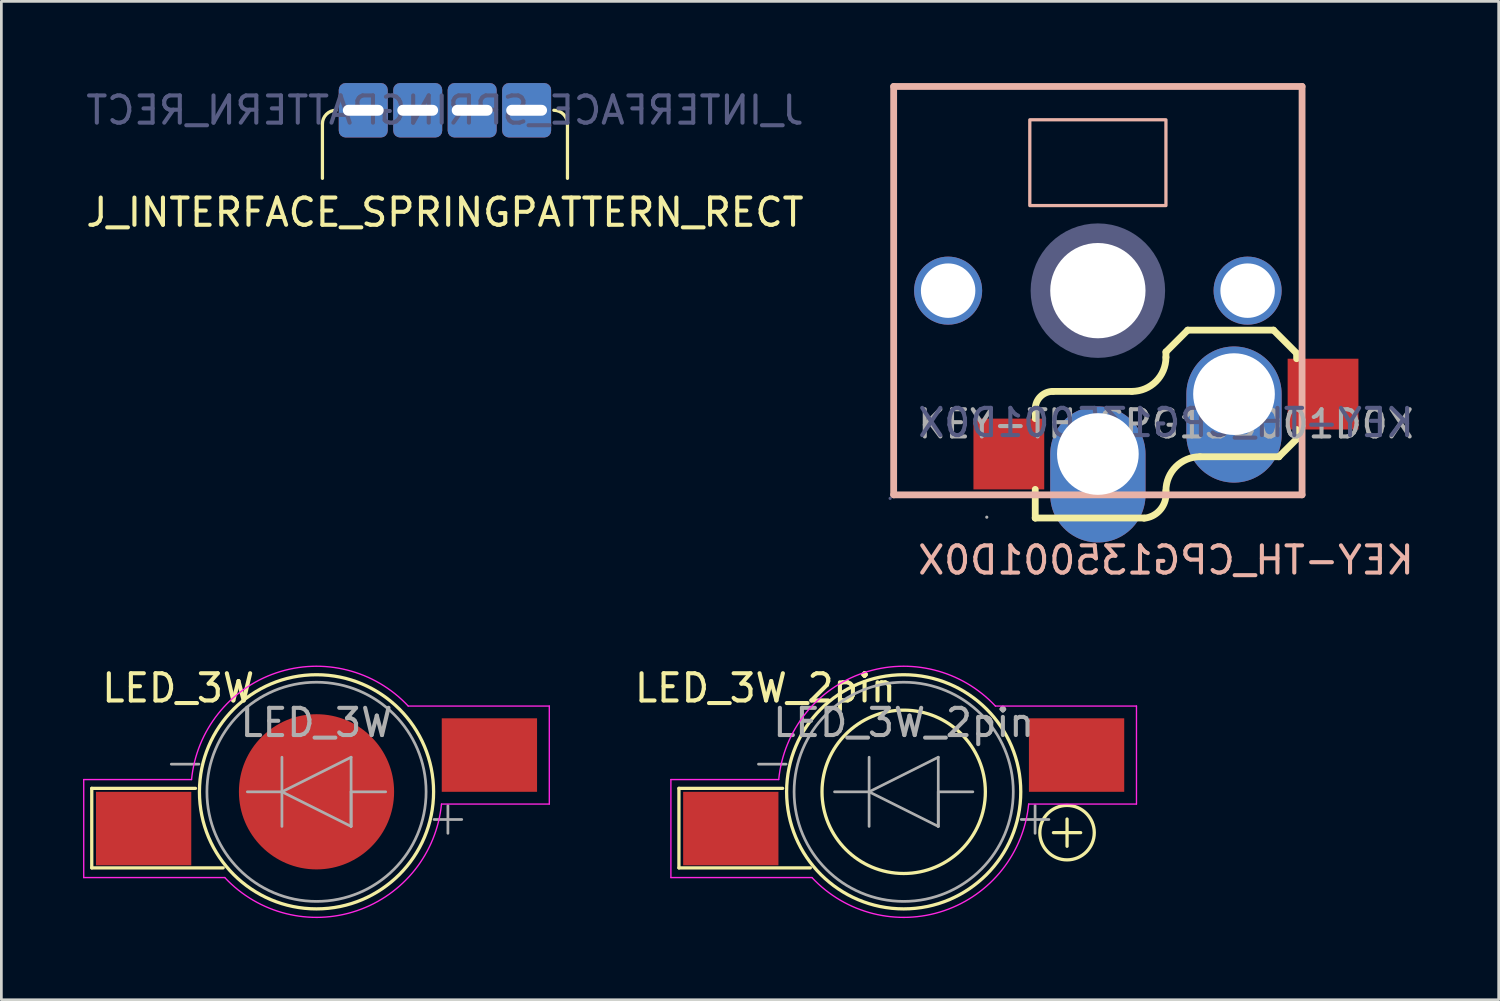
<source format=kicad_pcb>
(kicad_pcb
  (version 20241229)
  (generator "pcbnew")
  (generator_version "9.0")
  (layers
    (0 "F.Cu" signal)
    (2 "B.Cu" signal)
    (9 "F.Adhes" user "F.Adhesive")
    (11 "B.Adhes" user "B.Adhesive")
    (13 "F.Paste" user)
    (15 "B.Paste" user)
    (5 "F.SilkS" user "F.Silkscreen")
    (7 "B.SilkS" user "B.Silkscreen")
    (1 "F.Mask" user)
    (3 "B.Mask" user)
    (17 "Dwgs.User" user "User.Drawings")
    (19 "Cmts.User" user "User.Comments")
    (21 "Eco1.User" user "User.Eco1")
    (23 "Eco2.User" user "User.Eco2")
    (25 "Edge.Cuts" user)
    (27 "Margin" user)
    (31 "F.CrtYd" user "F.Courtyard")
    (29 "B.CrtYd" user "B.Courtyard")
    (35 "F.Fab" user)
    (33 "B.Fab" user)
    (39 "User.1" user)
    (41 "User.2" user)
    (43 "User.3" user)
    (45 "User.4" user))
  (footprint "LED_3W"
    (layer "F.Cu")
    (at 8.575 26.032)
    (property "Reference" "LED_3W" (at -5.08 -3.81 0) (layer "F.SilkS") (effects (font (size 1 1) (thickness 0.15))))
    (attr smd)
    (fp_line (start -8.255 -0.127) (end -8.255 2.794) (stroke (width 0.12) (type solid)) (layer "F.SilkS"))
    (fp_line (start -8.255 2.794) (end -3.429 2.794) (stroke (width 0.12) (type solid)) (layer "F.SilkS"))
    (fp_line (start -4.445 -0.127) (end -8.255 -0.127) (stroke (width 0.12) (type solid)) (layer "F.SilkS"))
    (fp_circle (center 0 0) (end -4.3 0) (stroke (width 0.12) (type solid)) (fill no) (layer "F.SilkS"))
    (fp_line (start -8.55 -0.45) (end -8.55 3.15) (stroke (width 0.05) (type solid)) (layer "F.CrtYd"))
    (fp_line (start -8.55 3.15) (end -3.37 3.15) (stroke (width 0.05) (type solid)) (layer "F.CrtYd"))
    (fp_line (start -4.59 -0.45) (end -8.55 -0.45) (stroke (width 0.05) (type solid)) (layer "F.CrtYd"))
    (fp_line (start 3.37 -3.15) (end 8.55 -3.15) (stroke (width 0.05) (type solid)) (layer "F.CrtYd"))
    (fp_line (start 8.55 -3.15) (end 8.55 0.45) (stroke (width 0.05) (type solid)) (layer "F.CrtYd"))
    (fp_line (start 8.55 0.45) (end 4.59 0.45) (stroke (width 0.05) (type solid)) (layer "F.CrtYd"))
    (fp_arc (start -4.59 -0.45) (mid -1.481265 -4.36766) (end 3.369303 -3.149349) (stroke (width 0.05) (type solid)) (layer "F.CrtYd"))
    (fp_arc (start 4.59 0.45) (mid 1.481265 4.36766) (end -3.369303 3.149349) (stroke (width 0.05) (type solid)) (layer "F.CrtYd"))
    (fp_line (start -5.334 -1.016) (end -4.318 -1.016) (stroke (width 0.1) (type solid)) (layer "F.Fab"))
    (fp_line (start -2.54 0) (end -1.27 0) (stroke (width 0.1) (type solid)) (layer "F.Fab"))
    (fp_line (start -1.27 -1.27) (end -1.27 1.27) (stroke (width 0.1) (type solid)) (layer "F.Fab"))
    (fp_line (start -1.27 0) (end 1.27 -1.27) (stroke (width 0.1) (type solid)) (layer "F.Fab"))
    (fp_line (start -1.27 0) (end 1.27 1.27) (stroke (width 0.1) (type solid)) (layer "F.Fab"))
    (fp_line (start 1.27 -1.27) (end 1.27 1.27) (stroke (width 0.1) (type solid)) (layer "F.Fab"))
    (fp_line (start 1.27 0) (end 2.54 0) (stroke (width 0.1) (type solid)) (layer "F.Fab"))
    (fp_line (start 1.27 1.27) (end 1.27 0) (stroke (width 0.1) (type solid)) (layer "F.Fab"))
    (fp_line (start 4.318 1.016) (end 5.334 1.016) (stroke (width 0.1) (type solid)) (layer "F.Fab"))
    (fp_line (start 4.826 1.524) (end 4.826 0.508) (stroke (width 0.1) (type solid)) (layer "F.Fab"))
    (fp_circle (center 0 0) (end 4.025 0) (stroke (width 0.1) (type solid)) (fill no) (layer "F.Fab"))
    (fp_text user "${REFERENCE}" (at 0 -2.54 0) (layer "F.Fab") (effects (font (size 1 1) (thickness 0.15))))
    (pad "1" smd rect (at -6.35 1.35) (size 3.5 2.7) (layers "F.Cu" "F.Mask" "F.Paste"))
    (pad "2" smd rect (at 6.35 -1.35) (size 3.5 2.7) (layers "F.Cu" "F.Mask" "F.Paste"))
    (pad "3" smd circle (at 0 0) (size 5.7 5.7) (layers "F.Cu" "F.Mask" "F.Paste")))
  (footprint "J_INTERFACE_SPRINGPATTERN_RECT"
    (layer "F.Cu")
    (at 13.292 3.5)
    (property "Reference" "J_INTERFACE_SPRINGPATTERN_RECT" (at 0 1.25 0) (layer "F.SilkS") (effects (font (size 1 1) (thickness 0.15))))
    (attr smd)
    (fp_line (start -4.5 0) (end -4.5 -2) (stroke (width 0.12) (type solid)) (layer "F.SilkS"))
    (fp_line (start 4.5 0) (end 4.5 -2) (stroke (width 0.12) (type solid)) (layer "F.SilkS"))
    (fp_arc (start -4.5 -2) (mid -4.353553 -2.353553) (end -4 -2.5) (stroke (width 0.12) (type solid)) (layer "F.SilkS"))
    (fp_arc (start 4 -2.5) (mid 4.353553 -2.353553) (end 4.5 -2) (stroke (width 0.12) (type solid)) (layer "F.SilkS"))
    (fp_text user "${REFERENCE}" (at 0 -2.5 0) (layer "B.Fab") (effects (font (size 1 1) (thickness 0.15)) (justify mirror)))
    (pad "1" thru_hole roundrect (at -3 -2.5) (size 1.8 2) (drill oval 1.5 0.4) (layers "*.Cu" "*.Mask") (roundrect_rratio 0.139))
    (pad "2" thru_hole roundrect (at -1 -2.5) (size 1.8 2) (drill oval 1.5 0.4) (layers "*.Cu" "*.Mask") (roundrect_rratio 0.139))
    (pad "3" thru_hole roundrect (at 1 -2.5) (size 1.8 2) (drill oval 1.5 0.4) (layers "*.Cu" "*.Mask") (roundrect_rratio 0.139))
    (pad "4" thru_hole roundrect (at 3 -2.5) (size 1.8 2) (drill oval 1.5 0.4) (layers "*.Cu" "*.Mask") (roundrect_rratio 0.139)))
  (footprint "KEY-TH_CPG135001D0X"
    (layer "F.Cu")
    (at 37.273 7.625)
    (property "Reference" "KEY-TH_CPG135001D0X" (at 2.5 9.9 180) (layer "B.SilkS") (effects (font (size 1 1) (thickness 0.15)) (justify mirror)))
    (attr through_hole)
    (fp_line (start -2.3 4.35) (end -2.3 4.7) (stroke (width 0.25) (type solid)) (layer "F.SilkS"))
    (fp_line (start -2.3 7.3) (end -2.3 8.35) (stroke (width 0.25) (type solid)) (layer "F.SilkS"))
    (fp_line (start -2.3 8.35) (end -2.3 8.35) (stroke (width 0.25) (type solid)) (layer "F.SilkS"))
    (fp_line (start -2.3 8.35) (end 1.7 8.35) (stroke (width 0.25) (type solid)) (layer "F.SilkS"))
    (fp_line (start 1.25 3.7) (end -1.65 3.7) (stroke (width 0.25) (type solid)) (layer "F.SilkS"))
    (fp_line (start 2.5 2.25) (end 2.5 2.45) (stroke (width 0.25) (type solid)) (layer "F.SilkS"))
    (fp_line (start 2.5 7.55) (end 2.5 7.35) (stroke (width 0.25) (type solid)) (layer "F.SilkS"))
    (fp_line (start 3.3 1.45) (end 2.5 2.25) (stroke (width 0.25) (type solid)) (layer "F.SilkS"))
    (fp_line (start 3.75 6.1) (end 6.65 6.1) (stroke (width 0.25) (type solid)) (layer "F.SilkS"))
    (fp_line (start 6.45 1.45) (end 3.3 1.45) (stroke (width 0.25) (type solid)) (layer "F.SilkS"))
    (fp_line (start 6.65 6.1) (end 6.65 6.1) (stroke (width 0.25) (type solid)) (layer "F.SilkS"))
    (fp_line (start 7.3 2.3) (end 6.45 1.45) (stroke (width 0.25) (type solid)) (layer "F.SilkS"))
    (fp_line (start 7.3 2.5) (end 7.3 2.3) (stroke (width 0.25) (type solid)) (layer "F.SilkS"))
    (fp_line (start 7.3 5.45) (end 6.65 6.1) (stroke (width 0.25) (type solid)) (layer "F.SilkS"))
    (fp_line (start 7.3 5.45) (end 7.3 5.1) (stroke (width 0.25) (type solid)) (layer "F.SilkS"))
    (fp_arc (start -2.3 4.35) (mid -2.109619 3.890381) (end -1.65 3.7) (stroke (width 0.25) (type solid)) (layer "F.SilkS"))
    (fp_arc (start 2.5 2.45) (mid 2.133883 3.333883) (end 1.25 3.7) (stroke (width 0.25) (type solid)) (layer "F.SilkS"))
    (fp_arc (start 2.5 7.35) (mid 2.866117 6.466117) (end 3.75 6.1) (stroke (width 0.25) (type solid)) (layer "F.SilkS"))
    (fp_arc (start 2.5 7.55) (mid 2.246243 8.097451) (end 1.702376 8.358801) (stroke (width 0.25) (type solid)) (layer "F.SilkS"))
    (fp_line (start -7.5 -7.5) (end -7.5 7.5) (stroke (width 0.25) (type solid)) (layer "B.SilkS"))
    (fp_line (start -7.5 -7.5) (end 7.5 -7.5) (stroke (width 0.25) (type solid)) (layer "B.SilkS"))
    (fp_line (start -7.5 7.5) (end 7.5 7.5) (stroke (width 0.25) (type solid)) (layer "B.SilkS"))
    (fp_line (start 7.5 -7.5) (end 7.5 7.5) (stroke (width 0.25) (type solid)) (layer "B.SilkS"))
    (fp_rect (start -2.5 -3.125) (end 2.5 -6.275) (stroke (width 0.12) (type default)) (fill no) (layer "B.SilkS"))
    (fp_circle (center -7.63 7.63) (end -7.6 7.63) (stroke (width 0.06) (type solid)) (fill no) (layer "B.Fab"))
    (fp_circle (center -5.5 0) (end -5.05 0) (stroke (width 0.9) (type solid)) (fill no) (layer "B.Fab"))
    (fp_circle (center 0 0) (end 0.82 0) (stroke (width 1.65) (type solid)) (fill no) (layer "B.Fab"))
    (fp_circle (center 5.5 0) (end 5.95 0) (stroke (width 0.9) (type solid)) (fill no) (layer "B.Fab"))
    (fp_circle (center -4.08 8.32) (end -4.05 8.32) (stroke (width 0.06) (type solid)) (fill no) (layer "F.Fab"))
    (fp_text user "${REFERENCE}" (at 2.5 4.85 180) (layer "B.Fab") (effects (font (size 1 1) (thickness 0.15)) (justify mirror)))
    (fp_text user "${REFERENCE}" (at 2.5 4.9 0) (layer "F.Fab") (effects (font (size 1 1) (thickness 0.15))))
    (pad "" thru_hole circle (at -5.5 0 180) (size 2.5 2.5) (drill 2) (layers "*.Cu" "*.Mask"))
    (pad "" thru_hole circle (at 0 0 180) (size 4 4) (drill 3.5) (layers "*.Cu" "*.Mask"))
    (pad "" thru_hole circle (at 5.5 0 180) (size 2.5 2.5) (drill 2) (layers "*.Cu" "*.Mask"))
    (pad "1" smd rect (at -3.27 6) (size 2.6 2.6) (layers "F.Cu" "F.Mask" "F.Paste"))
    (pad "1" thru_hole oval (at 0 6 90) (size 5 3.5) (drill 3 (offset -0.75 0)) (layers "*.Cu" "*.Mask"))
    (pad "2" thru_hole oval (at 5 3.8 90) (size 5 3.5) (drill 3 (offset -0.75 0)) (layers "*.Cu" "*.Mask"))
    (pad "2" smd rect (at 8.27 3.8) (size 2.6 2.6) (layers "F.Cu" "F.Mask" "F.Paste")))
  (footprint "LED_3W_2pin"
    (layer "F.Cu")
    (at 30.141 26.032)
    (property "Reference" "LED_3W_2pin" (at -5.08 -3.81 0) (layer "F.SilkS") (effects (font (size 1 1) (thickness 0.15))))
    (attr smd)
    (fp_line (start -8.255 -0.127) (end -8.255 2.794) (stroke (width 0.12) (type solid)) (layer "F.SilkS"))
    (fp_line (start -8.255 2.794) (end -3.429 2.794) (stroke (width 0.12) (type solid)) (layer "F.SilkS"))
    (fp_line (start -4.445 -0.127) (end -8.255 -0.127) (stroke (width 0.12) (type solid)) (layer "F.SilkS"))
    (fp_line (start 5.5 1.5) (end 6.5 1.5) (stroke (width 0.12) (type solid)) (layer "F.SilkS"))
    (fp_line (start 6 1) (end 6 2) (stroke (width 0.12) (type solid)) (layer "F.SilkS"))
    (fp_circle (center 0 0) (end -4.3 0) (stroke (width 0.12) (type solid)) (fill no) (layer "F.SilkS"))
    (fp_circle (center 0 0) (end 3 0) (stroke (width 0.12) (type solid)) (fill no) (layer "F.SilkS"))
    (fp_circle (center 6 1.5) (end 7 1.5) (stroke (width 0.12) (type solid)) (fill no) (layer "F.SilkS"))
    (fp_line (start -8.55 -0.45) (end -8.55 3.15) (stroke (width 0.05) (type solid)) (layer "F.CrtYd"))
    (fp_line (start -8.55 3.15) (end -3.37 3.15) (stroke (width 0.05) (type solid)) (layer "F.CrtYd"))
    (fp_line (start -4.59 -0.45) (end -8.55 -0.45) (stroke (width 0.05) (type solid)) (layer "F.CrtYd"))
    (fp_line (start 3.37 -3.15) (end 8.55 -3.15) (stroke (width 0.05) (type solid)) (layer "F.CrtYd"))
    (fp_line (start 8.55 -3.15) (end 8.55 0.45) (stroke (width 0.05) (type solid)) (layer "F.CrtYd"))
    (fp_line (start 8.55 0.45) (end 4.59 0.45) (stroke (width 0.05) (type solid)) (layer "F.CrtYd"))
    (fp_arc (start -4.59 -0.45) (mid -1.481265 -4.36766) (end 3.369303 -3.149349) (stroke (width 0.05) (type solid)) (layer "F.CrtYd"))
    (fp_arc (start 4.59 0.45) (mid 1.481265 4.36766) (end -3.369303 3.149349) (stroke (width 0.05) (type solid)) (layer "F.CrtYd"))
    (fp_line (start -5.334 -1.016) (end -4.318 -1.016) (stroke (width 0.1) (type solid)) (layer "F.Fab"))
    (fp_line (start -2.54 0) (end -1.27 0) (stroke (width 0.1) (type solid)) (layer "F.Fab"))
    (fp_line (start -1.27 -1.27) (end -1.27 1.27) (stroke (width 0.1) (type solid)) (layer "F.Fab"))
    (fp_line (start -1.27 0) (end 1.27 -1.27) (stroke (width 0.1) (type solid)) (layer "F.Fab"))
    (fp_line (start -1.27 0) (end 1.27 1.27) (stroke (width 0.1) (type solid)) (layer "F.Fab"))
    (fp_line (start 1.27 -1.27) (end 1.27 1.27) (stroke (width 0.1) (type solid)) (layer "F.Fab"))
    (fp_line (start 1.27 0) (end 2.54 0) (stroke (width 0.1) (type solid)) (layer "F.Fab"))
    (fp_line (start 1.27 1.27) (end 1.27 0) (stroke (width 0.1) (type solid)) (layer "F.Fab"))
    (fp_line (start 4.318 1.016) (end 5.334 1.016) (stroke (width 0.1) (type solid)) (layer "F.Fab"))
    (fp_line (start 4.826 1.524) (end 4.826 0.508) (stroke (width 0.1) (type solid)) (layer "F.Fab"))
    (fp_circle (center 0 0) (end 4.025 0) (stroke (width 0.1) (type solid)) (fill no) (layer "F.Fab"))
    (fp_text user "${REFERENCE}" (at 0 -2.54 0) (layer "F.Fab") (effects (font (size 1 1) (thickness 0.15))))
    (pad "1" smd rect (at -6.35 1.35) (size 3.5 2.7) (layers "F.Cu" "F.Mask" "F.Paste"))
    (pad "2" smd rect (at 6.35 -1.35) (size 3.5 2.7) (layers "F.Cu" "F.Mask" "F.Paste")))
  (gr_rect
    (start -3 -3)
    (end 51.994 33.669)
    (stroke (width 0.1) (type default))
    (fill no)
    (layer "Edge.Cuts")))
</source>
